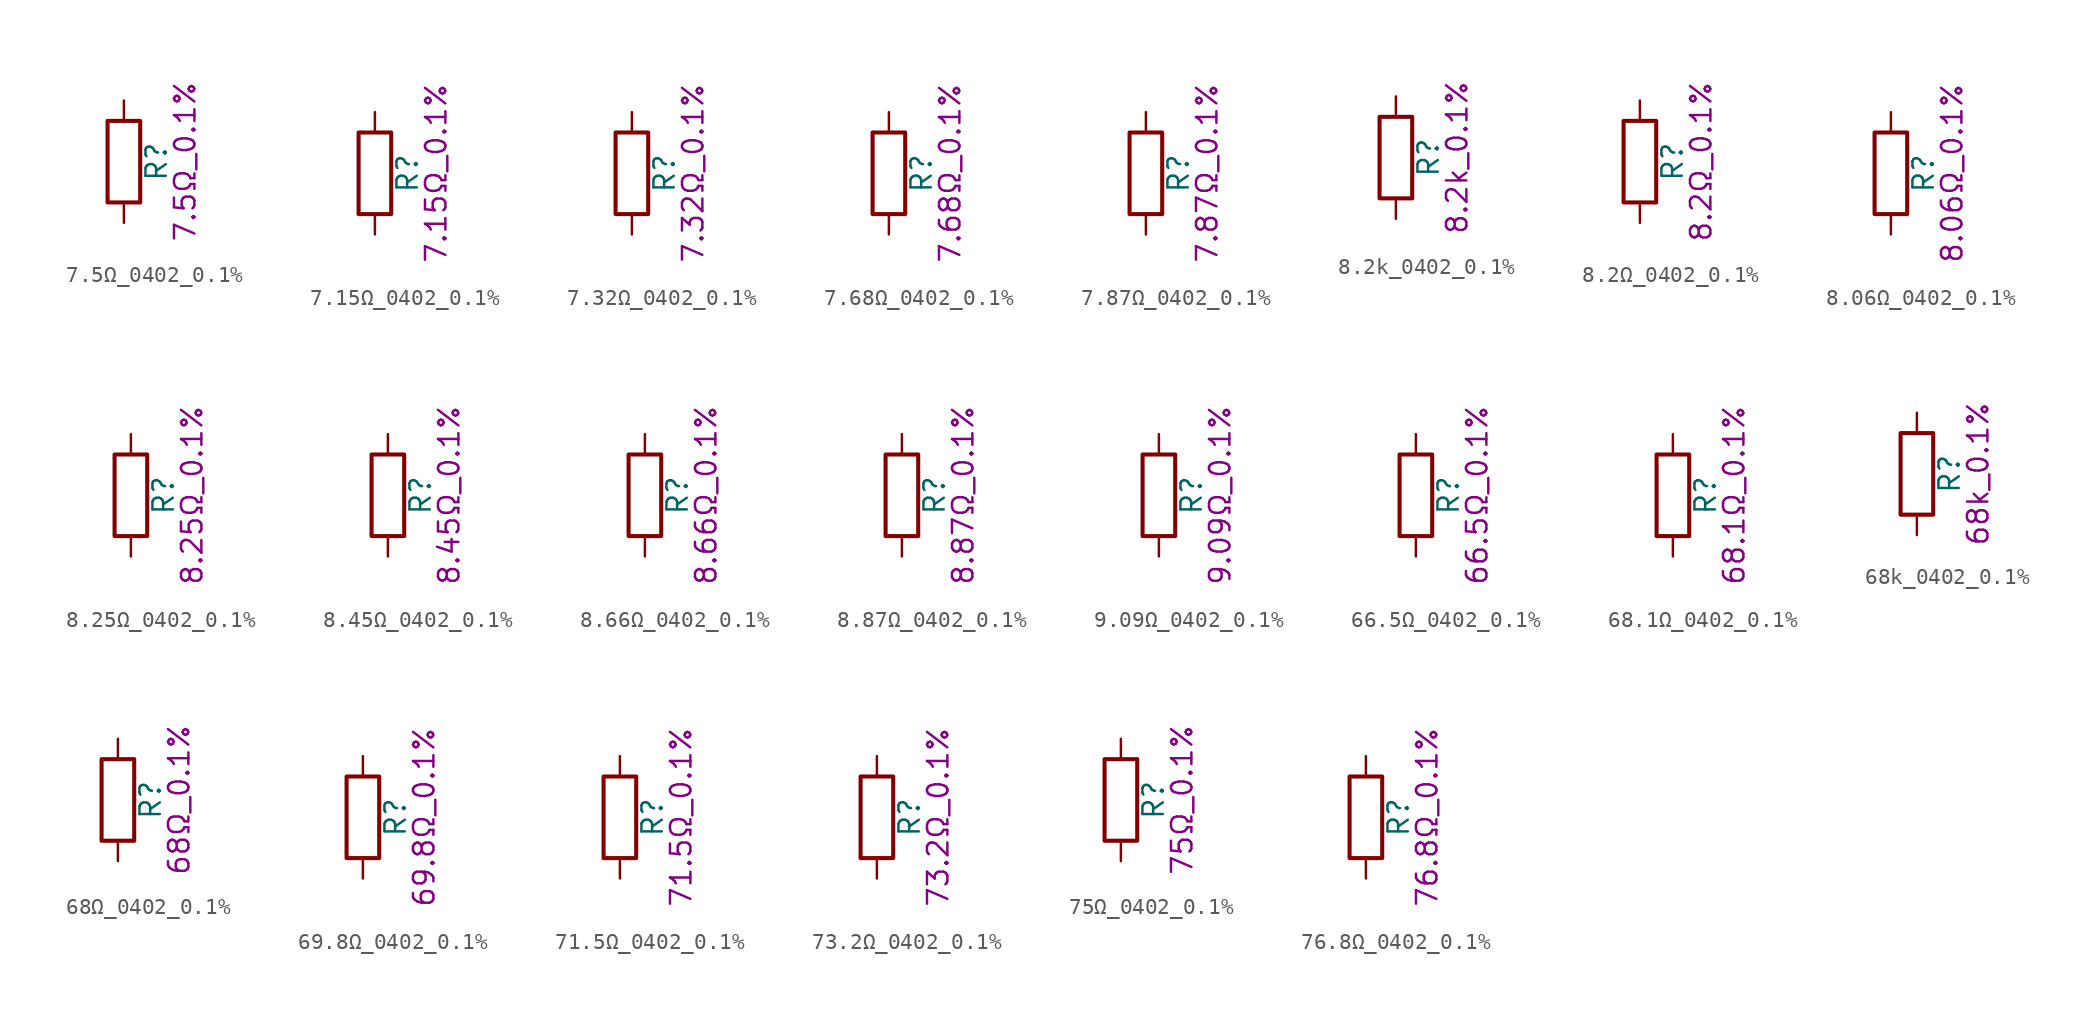
<source format=kicad_sym>
(kicad_symbol_lib
  (version 20211014)
  (generator kicad_symbol_editor)
  (symbol "7.5Ω_0402_0.1%"
    (pin_numbers hide)
    (pin_names
      (offset 0))
    (property "Reference" "R"
      (at 2.032 0 90)
      (effects (font (size 1.27 1.27))))
    (property "Display" "7.5Ω_0.1%"
      (at 3.81 0 90)
      (effects (font (size 1.27 1.27))))
    (symbol "7.5Ω_0402_0.1%_0_1"
      (rectangle (start -1.016 -2.54) (end 1.016 2.54) (stroke (width 0.254) (type default) (color 0 0 0 0)) (fill (type none))))
    (symbol "7.5Ω_0402_0.1%_1_1"
      (pin passive line (at 0 3.81 270) (length 1.27) (name "~" (effects (font (size 1.27 1.27)))) (number "1" (effects (font (size 1.27 1.27)))))
      (pin passive line (at 0 -3.81 90) (length 1.27) (name "~" (effects (font (size 1.27 1.27)))) (number "2" (effects (font (size 1.27 1.27)))))))
  (symbol "7.15Ω_0402_0.1%"
    (pin_numbers hide)
    (pin_names
      (offset 0))
    (property "Reference" "R"
      (at 2.032 0 90)
      (effects (font (size 1.27 1.27))))
    (property "Display" "7.15Ω_0.1%"
      (at 3.81 0 90)
      (effects (font (size 1.27 1.27))))
    (symbol "7.15Ω_0402_0.1%_0_1"
      (rectangle (start -1.016 -2.54) (end 1.016 2.54) (stroke (width 0.254) (type default) (color 0 0 0 0)) (fill (type none))))
    (symbol "7.15Ω_0402_0.1%_1_1"
      (pin passive line (at 0 3.81 270) (length 1.27) (name "~" (effects (font (size 1.27 1.27)))) (number "1" (effects (font (size 1.27 1.27)))))
      (pin passive line (at 0 -3.81 90) (length 1.27) (name "~" (effects (font (size 1.27 1.27)))) (number "2" (effects (font (size 1.27 1.27)))))))
  (symbol "7.32Ω_0402_0.1%"
    (pin_numbers hide)
    (pin_names
      (offset 0))
    (property "Reference" "R"
      (at 2.032 0 90)
      (effects (font (size 1.27 1.27))))
    (property "Display" "7.32Ω_0.1%"
      (at 3.81 0 90)
      (effects (font (size 1.27 1.27))))
    (symbol "7.32Ω_0402_0.1%_0_1"
      (rectangle (start -1.016 -2.54) (end 1.016 2.54) (stroke (width 0.254) (type default) (color 0 0 0 0)) (fill (type none))))
    (symbol "7.32Ω_0402_0.1%_1_1"
      (pin passive line (at 0 3.81 270) (length 1.27) (name "~" (effects (font (size 1.27 1.27)))) (number "1" (effects (font (size 1.27 1.27)))))
      (pin passive line (at 0 -3.81 90) (length 1.27) (name "~" (effects (font (size 1.27 1.27)))) (number "2" (effects (font (size 1.27 1.27)))))))
  (symbol "7.68Ω_0402_0.1%"
    (pin_numbers hide)
    (pin_names
      (offset 0))
    (property "Reference" "R"
      (at 2.032 0 90)
      (effects (font (size 1.27 1.27))))
    (property "Display" "7.68Ω_0.1%"
      (at 3.81 0 90)
      (effects (font (size 1.27 1.27))))
    (symbol "7.68Ω_0402_0.1%_0_1"
      (rectangle (start -1.016 -2.54) (end 1.016 2.54) (stroke (width 0.254) (type default) (color 0 0 0 0)) (fill (type none))))
    (symbol "7.68Ω_0402_0.1%_1_1"
      (pin passive line (at 0 3.81 270) (length 1.27) (name "~" (effects (font (size 1.27 1.27)))) (number "1" (effects (font (size 1.27 1.27)))))
      (pin passive line (at 0 -3.81 90) (length 1.27) (name "~" (effects (font (size 1.27 1.27)))) (number "2" (effects (font (size 1.27 1.27)))))))
  (symbol "7.87Ω_0402_0.1%"
    (pin_numbers hide)
    (pin_names
      (offset 0))
    (property "Reference" "R"
      (at 2.032 0 90)
      (effects (font (size 1.27 1.27))))
    (property "Display" "7.87Ω_0.1%"
      (at 3.81 0 90)
      (effects (font (size 1.27 1.27))))
    (symbol "7.87Ω_0402_0.1%_0_1"
      (rectangle (start -1.016 -2.54) (end 1.016 2.54) (stroke (width 0.254) (type default) (color 0 0 0 0)) (fill (type none))))
    (symbol "7.87Ω_0402_0.1%_1_1"
      (pin passive line (at 0 3.81 270) (length 1.27) (name "~" (effects (font (size 1.27 1.27)))) (number "1" (effects (font (size 1.27 1.27)))))
      (pin passive line (at 0 -3.81 90) (length 1.27) (name "~" (effects (font (size 1.27 1.27)))) (number "2" (effects (font (size 1.27 1.27)))))))
  (symbol "8.2k_0402_0.1%"
    (pin_numbers hide)
    (pin_names
      (offset 0))
    (property "Reference" "R"
      (at 2.032 0 90)
      (effects (font (size 1.27 1.27))))
    (property "Display" "8.2k_0.1%"
      (at 3.81 0 90)
      (effects (font (size 1.27 1.27))))
    (symbol "8.2k_0402_0.1%_0_1"
      (rectangle (start -1.016 -2.54) (end 1.016 2.54) (stroke (width 0.254) (type default) (color 0 0 0 0)) (fill (type none))))
    (symbol "8.2k_0402_0.1%_1_1"
      (pin passive line (at 0 3.81 270) (length 1.27) (name "~" (effects (font (size 1.27 1.27)))) (number "1" (effects (font (size 1.27 1.27)))))
      (pin passive line (at 0 -3.81 90) (length 1.27) (name "~" (effects (font (size 1.27 1.27)))) (number "2" (effects (font (size 1.27 1.27)))))))
  (symbol "8.2Ω_0402_0.1%"
    (pin_numbers hide)
    (pin_names
      (offset 0))
    (property "Reference" "R"
      (at 2.032 0 90)
      (effects (font (size 1.27 1.27))))
    (property "Display" "8.2Ω_0.1%"
      (at 3.81 0 90)
      (effects (font (size 1.27 1.27))))
    (symbol "8.2Ω_0402_0.1%_0_1"
      (rectangle (start -1.016 -2.54) (end 1.016 2.54) (stroke (width 0.254) (type default) (color 0 0 0 0)) (fill (type none))))
    (symbol "8.2Ω_0402_0.1%_1_1"
      (pin passive line (at 0 3.81 270) (length 1.27) (name "~" (effects (font (size 1.27 1.27)))) (number "1" (effects (font (size 1.27 1.27)))))
      (pin passive line (at 0 -3.81 90) (length 1.27) (name "~" (effects (font (size 1.27 1.27)))) (number "2" (effects (font (size 1.27 1.27)))))))
  (symbol "8.06Ω_0402_0.1%"
    (pin_numbers hide)
    (pin_names
      (offset 0))
    (property "Reference" "R"
      (at 2.032 0 90)
      (effects (font (size 1.27 1.27))))
    (property "Display" "8.06Ω_0.1%"
      (at 3.81 0 90)
      (effects (font (size 1.27 1.27))))
    (symbol "8.06Ω_0402_0.1%_0_1"
      (rectangle (start -1.016 -2.54) (end 1.016 2.54) (stroke (width 0.254) (type default) (color 0 0 0 0)) (fill (type none))))
    (symbol "8.06Ω_0402_0.1%_1_1"
      (pin passive line (at 0 3.81 270) (length 1.27) (name "~" (effects (font (size 1.27 1.27)))) (number "1" (effects (font (size 1.27 1.27)))))
      (pin passive line (at 0 -3.81 90) (length 1.27) (name "~" (effects (font (size 1.27 1.27)))) (number "2" (effects (font (size 1.27 1.27)))))))
  (symbol "8.25Ω_0402_0.1%"
    (pin_numbers hide)
    (pin_names
      (offset 0))
    (property "Reference" "R"
      (at 2.032 0 90)
      (effects (font (size 1.27 1.27))))
    (property "Display" "8.25Ω_0.1%"
      (at 3.81 0 90)
      (effects (font (size 1.27 1.27))))
    (symbol "8.25Ω_0402_0.1%_0_1"
      (rectangle (start -1.016 -2.54) (end 1.016 2.54) (stroke (width 0.254) (type default) (color 0 0 0 0)) (fill (type none))))
    (symbol "8.25Ω_0402_0.1%_1_1"
      (pin passive line (at 0 3.81 270) (length 1.27) (name "~" (effects (font (size 1.27 1.27)))) (number "1" (effects (font (size 1.27 1.27)))))
      (pin passive line (at 0 -3.81 90) (length 1.27) (name "~" (effects (font (size 1.27 1.27)))) (number "2" (effects (font (size 1.27 1.27)))))))
  (symbol "8.45Ω_0402_0.1%"
    (pin_numbers hide)
    (pin_names
      (offset 0))
    (property "Reference" "R"
      (at 2.032 0 90)
      (effects (font (size 1.27 1.27))))
    (property "Display" "8.45Ω_0.1%"
      (at 3.81 0 90)
      (effects (font (size 1.27 1.27))))
    (symbol "8.45Ω_0402_0.1%_0_1"
      (rectangle (start -1.016 -2.54) (end 1.016 2.54) (stroke (width 0.254) (type default) (color 0 0 0 0)) (fill (type none))))
    (symbol "8.45Ω_0402_0.1%_1_1"
      (pin passive line (at 0 3.81 270) (length 1.27) (name "~" (effects (font (size 1.27 1.27)))) (number "1" (effects (font (size 1.27 1.27)))))
      (pin passive line (at 0 -3.81 90) (length 1.27) (name "~" (effects (font (size 1.27 1.27)))) (number "2" (effects (font (size 1.27 1.27)))))))
  (symbol "8.66Ω_0402_0.1%"
    (pin_numbers hide)
    (pin_names
      (offset 0))
    (property "Reference" "R"
      (at 2.032 0 90)
      (effects (font (size 1.27 1.27))))
    (property "Display" "8.66Ω_0.1%"
      (at 3.81 0 90)
      (effects (font (size 1.27 1.27))))
    (symbol "8.66Ω_0402_0.1%_0_1"
      (rectangle (start -1.016 -2.54) (end 1.016 2.54) (stroke (width 0.254) (type default) (color 0 0 0 0)) (fill (type none))))
    (symbol "8.66Ω_0402_0.1%_1_1"
      (pin passive line (at 0 3.81 270) (length 1.27) (name "~" (effects (font (size 1.27 1.27)))) (number "1" (effects (font (size 1.27 1.27)))))
      (pin passive line (at 0 -3.81 90) (length 1.27) (name "~" (effects (font (size 1.27 1.27)))) (number "2" (effects (font (size 1.27 1.27)))))))
  (symbol "8.87Ω_0402_0.1%"
    (pin_numbers hide)
    (pin_names
      (offset 0))
    (property "Reference" "R"
      (at 2.032 0 90)
      (effects (font (size 1.27 1.27))))
    (property "Display" "8.87Ω_0.1%"
      (at 3.81 0 90)
      (effects (font (size 1.27 1.27))))
    (symbol "8.87Ω_0402_0.1%_0_1"
      (rectangle (start -1.016 -2.54) (end 1.016 2.54) (stroke (width 0.254) (type default) (color 0 0 0 0)) (fill (type none))))
    (symbol "8.87Ω_0402_0.1%_1_1"
      (pin passive line (at 0 3.81 270) (length 1.27) (name "~" (effects (font (size 1.27 1.27)))) (number "1" (effects (font (size 1.27 1.27)))))
      (pin passive line (at 0 -3.81 90) (length 1.27) (name "~" (effects (font (size 1.27 1.27)))) (number "2" (effects (font (size 1.27 1.27)))))))
  (symbol "9.09Ω_0402_0.1%"
    (pin_numbers hide)
    (pin_names
      (offset 0))
    (property "Reference" "R"
      (at 2.032 0 90)
      (effects (font (size 1.27 1.27))))
    (property "Display" "9.09Ω_0.1%"
      (at 3.81 0 90)
      (effects (font (size 1.27 1.27))))
    (symbol "9.09Ω_0402_0.1%_0_1"
      (rectangle (start -1.016 -2.54) (end 1.016 2.54) (stroke (width 0.254) (type default) (color 0 0 0 0)) (fill (type none))))
    (symbol "9.09Ω_0402_0.1%_1_1"
      (pin passive line (at 0 3.81 270) (length 1.27) (name "~" (effects (font (size 1.27 1.27)))) (number "1" (effects (font (size 1.27 1.27)))))
      (pin passive line (at 0 -3.81 90) (length 1.27) (name "~" (effects (font (size 1.27 1.27)))) (number "2" (effects (font (size 1.27 1.27)))))))
  (symbol "66.5Ω_0402_0.1%"
    (pin_numbers hide)
    (pin_names
      (offset 0))
    (property "Reference" "R"
      (at 2.032 0 90)
      (effects (font (size 1.27 1.27))))
    (property "Display" "66.5Ω_0.1%"
      (at 3.81 0 90)
      (effects (font (size 1.27 1.27))))
    (symbol "66.5Ω_0402_0.1%_0_1"
      (rectangle (start -1.016 -2.54) (end 1.016 2.54) (stroke (width 0.254) (type default) (color 0 0 0 0)) (fill (type none))))
    (symbol "66.5Ω_0402_0.1%_1_1"
      (pin passive line (at 0 3.81 270) (length 1.27) (name "~" (effects (font (size 1.27 1.27)))) (number "1" (effects (font (size 1.27 1.27)))))
      (pin passive line (at 0 -3.81 90) (length 1.27) (name "~" (effects (font (size 1.27 1.27)))) (number "2" (effects (font (size 1.27 1.27)))))))
  (symbol "68.1Ω_0402_0.1%"
    (pin_numbers hide)
    (pin_names
      (offset 0))
    (property "Reference" "R"
      (at 2.032 0 90)
      (effects (font (size 1.27 1.27))))
    (property "Display" "68.1Ω_0.1%"
      (at 3.81 0 90)
      (effects (font (size 1.27 1.27))))
    (symbol "68.1Ω_0402_0.1%_0_1"
      (rectangle (start -1.016 -2.54) (end 1.016 2.54) (stroke (width 0.254) (type default) (color 0 0 0 0)) (fill (type none))))
    (symbol "68.1Ω_0402_0.1%_1_1"
      (pin passive line (at 0 3.81 270) (length 1.27) (name "~" (effects (font (size 1.27 1.27)))) (number "1" (effects (font (size 1.27 1.27)))))
      (pin passive line (at 0 -3.81 90) (length 1.27) (name "~" (effects (font (size 1.27 1.27)))) (number "2" (effects (font (size 1.27 1.27)))))))
  (symbol "68k_0402_0.1%"
    (pin_numbers hide)
    (pin_names
      (offset 0))
    (property "Reference" "R"
      (at 2.032 0 90)
      (effects (font (size 1.27 1.27))))
    (property "Display" "68k_0.1%"
      (at 3.81 0 90)
      (effects (font (size 1.27 1.27))))
    (symbol "68k_0402_0.1%_0_1"
      (rectangle (start -1.016 -2.54) (end 1.016 2.54) (stroke (width 0.254) (type default) (color 0 0 0 0)) (fill (type none))))
    (symbol "68k_0402_0.1%_1_1"
      (pin passive line (at 0 3.81 270) (length 1.27) (name "~" (effects (font (size 1.27 1.27)))) (number "1" (effects (font (size 1.27 1.27)))))
      (pin passive line (at 0 -3.81 90) (length 1.27) (name "~" (effects (font (size 1.27 1.27)))) (number "2" (effects (font (size 1.27 1.27)))))))
  (symbol "68Ω_0402_0.1%"
    (pin_numbers hide)
    (pin_names
      (offset 0))
    (property "Reference" "R"
      (at 2.032 0 90)
      (effects (font (size 1.27 1.27))))
    (property "Display" "68Ω_0.1%"
      (at 3.81 0 90)
      (effects (font (size 1.27 1.27))))
    (symbol "68Ω_0402_0.1%_0_1"
      (rectangle (start -1.016 -2.54) (end 1.016 2.54) (stroke (width 0.254) (type default) (color 0 0 0 0)) (fill (type none))))
    (symbol "68Ω_0402_0.1%_1_1"
      (pin passive line (at 0 3.81 270) (length 1.27) (name "~" (effects (font (size 1.27 1.27)))) (number "1" (effects (font (size 1.27 1.27)))))
      (pin passive line (at 0 -3.81 90) (length 1.27) (name "~" (effects (font (size 1.27 1.27)))) (number "2" (effects (font (size 1.27 1.27)))))))
  (symbol "69.8Ω_0402_0.1%"
    (pin_numbers hide)
    (pin_names
      (offset 0))
    (property "Reference" "R"
      (at 2.032 0 90)
      (effects (font (size 1.27 1.27))))
    (property "Display" "69.8Ω_0.1%"
      (at 3.81 0 90)
      (effects (font (size 1.27 1.27))))
    (symbol "69.8Ω_0402_0.1%_0_1"
      (rectangle (start -1.016 -2.54) (end 1.016 2.54) (stroke (width 0.254) (type default) (color 0 0 0 0)) (fill (type none))))
    (symbol "69.8Ω_0402_0.1%_1_1"
      (pin passive line (at 0 3.81 270) (length 1.27) (name "~" (effects (font (size 1.27 1.27)))) (number "1" (effects (font (size 1.27 1.27)))))
      (pin passive line (at 0 -3.81 90) (length 1.27) (name "~" (effects (font (size 1.27 1.27)))) (number "2" (effects (font (size 1.27 1.27)))))))
  (symbol "71.5Ω_0402_0.1%"
    (pin_numbers hide)
    (pin_names
      (offset 0))
    (property "Reference" "R"
      (at 2.032 0 90)
      (effects (font (size 1.27 1.27))))
    (property "Display" "71.5Ω_0.1%"
      (at 3.81 0 90)
      (effects (font (size 1.27 1.27))))
    (symbol "71.5Ω_0402_0.1%_0_1"
      (rectangle (start -1.016 -2.54) (end 1.016 2.54) (stroke (width 0.254) (type default) (color 0 0 0 0)) (fill (type none))))
    (symbol "71.5Ω_0402_0.1%_1_1"
      (pin passive line (at 0 3.81 270) (length 1.27) (name "~" (effects (font (size 1.27 1.27)))) (number "1" (effects (font (size 1.27 1.27)))))
      (pin passive line (at 0 -3.81 90) (length 1.27) (name "~" (effects (font (size 1.27 1.27)))) (number "2" (effects (font (size 1.27 1.27)))))))
  (symbol "73.2Ω_0402_0.1%"
    (pin_numbers hide)
    (pin_names
      (offset 0))
    (property "Reference" "R"
      (at 2.032 0 90)
      (effects (font (size 1.27 1.27))))
    (property "Display" "73.2Ω_0.1%"
      (at 3.81 0 90)
      (effects (font (size 1.27 1.27))))
    (symbol "73.2Ω_0402_0.1%_0_1"
      (rectangle (start -1.016 -2.54) (end 1.016 2.54) (stroke (width 0.254) (type default) (color 0 0 0 0)) (fill (type none))))
    (symbol "73.2Ω_0402_0.1%_1_1"
      (pin passive line (at 0 3.81 270) (length 1.27) (name "~" (effects (font (size 1.27 1.27)))) (number "1" (effects (font (size 1.27 1.27)))))
      (pin passive line (at 0 -3.81 90) (length 1.27) (name "~" (effects (font (size 1.27 1.27)))) (number "2" (effects (font (size 1.27 1.27)))))))
  (symbol "75Ω_0402_0.1%"
    (pin_numbers hide)
    (pin_names
      (offset 0))
    (property "Reference" "R"
      (at 2.032 0 90)
      (effects (font (size 1.27 1.27))))
    (property "Display" "75Ω_0.1%"
      (at 3.81 0 90)
      (effects (font (size 1.27 1.27))))
    (symbol "75Ω_0402_0.1%_0_1"
      (rectangle (start -1.016 -2.54) (end 1.016 2.54) (stroke (width 0.254) (type default) (color 0 0 0 0)) (fill (type none))))
    (symbol "75Ω_0402_0.1%_1_1"
      (pin passive line (at 0 3.81 270) (length 1.27) (name "~" (effects (font (size 1.27 1.27)))) (number "1" (effects (font (size 1.27 1.27)))))
      (pin passive line (at 0 -3.81 90) (length 1.27) (name "~" (effects (font (size 1.27 1.27)))) (number "2" (effects (font (size 1.27 1.27)))))))
  (symbol "76.8Ω_0402_0.1%"
    (pin_numbers hide)
    (pin_names
      (offset 0))
    (property "Reference" "R"
      (at 2.032 0 90)
      (effects (font (size 1.27 1.27))))
    (property "Display" "76.8Ω_0.1%"
      (at 3.81 0 90)
      (effects (font (size 1.27 1.27))))
    (symbol "76.8Ω_0402_0.1%_0_1"
      (rectangle (start -1.016 -2.54) (end 1.016 2.54) (stroke (width 0.254) (type default) (color 0 0 0 0)) (fill (type none))))
    (symbol "76.8Ω_0402_0.1%_1_1"
      (pin passive line (at 0 3.81 270) (length 1.27) (name "~" (effects (font (size 1.27 1.27)))) (number "1" (effects (font (size 1.27 1.27)))))
      (pin passive line (at 0 -3.81 90) (length 1.27) (name "~" (effects (font (size 1.27 1.27)))) (number "2" (effects (font (size 1.27 1.27))))))))
</source>
